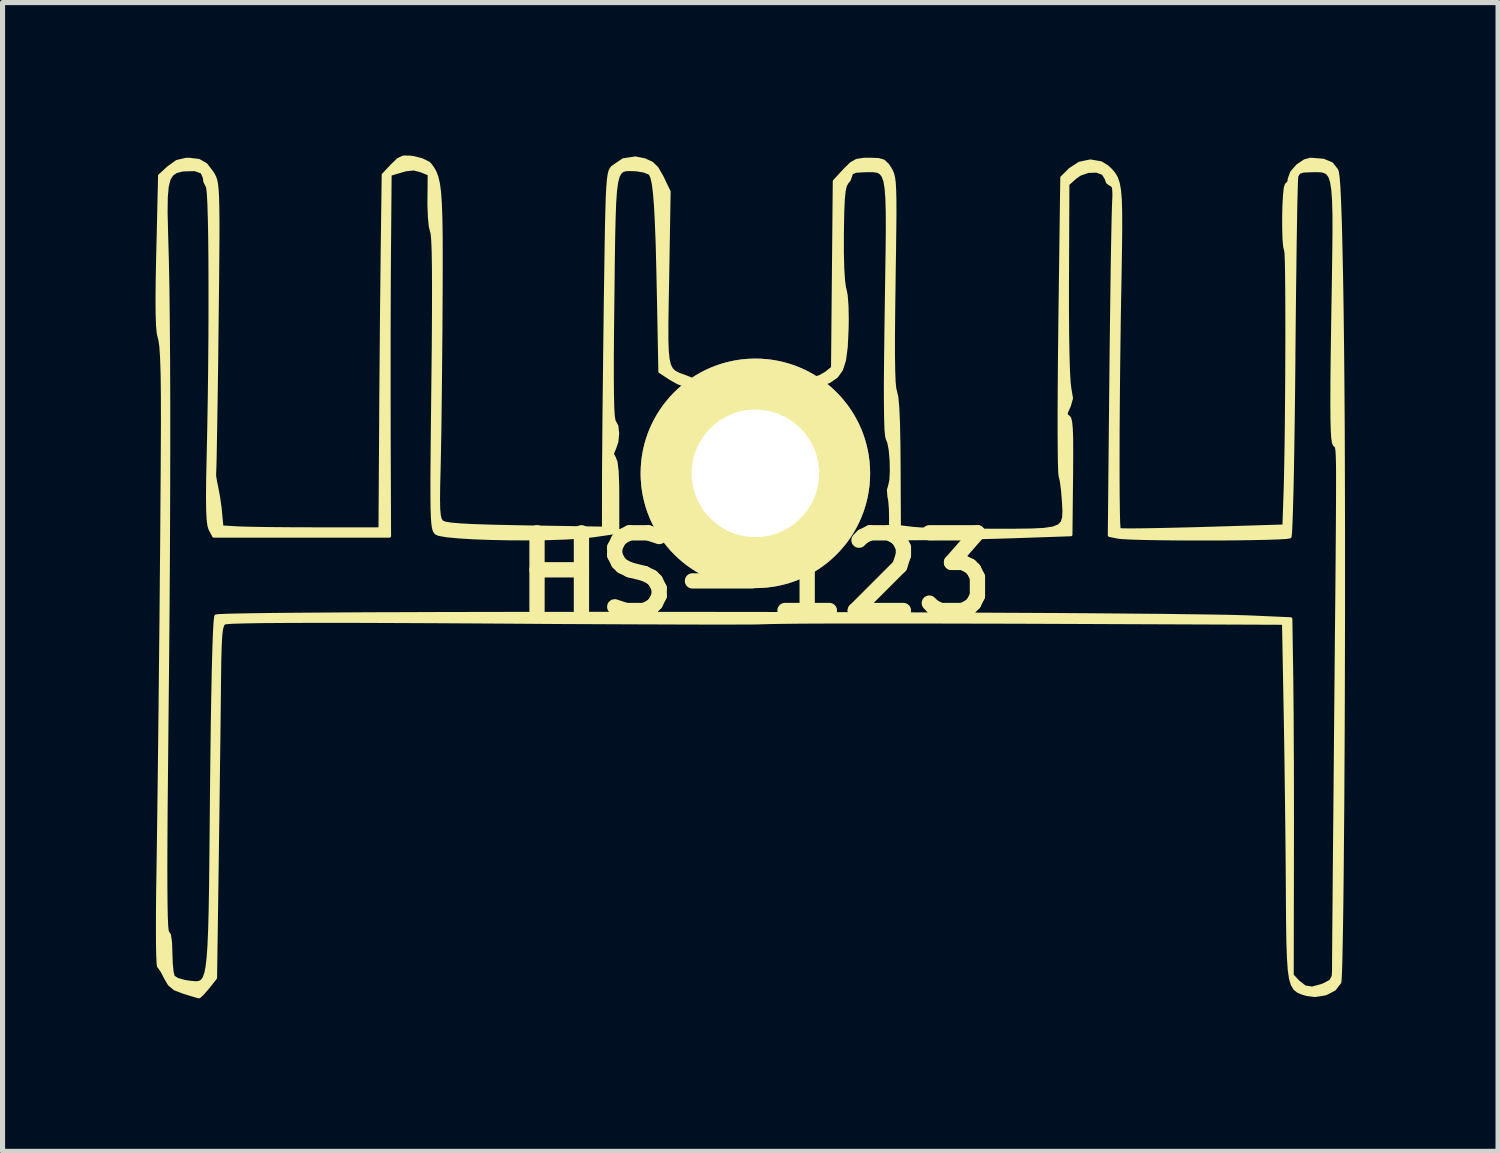
<source format=kicad_pcb>
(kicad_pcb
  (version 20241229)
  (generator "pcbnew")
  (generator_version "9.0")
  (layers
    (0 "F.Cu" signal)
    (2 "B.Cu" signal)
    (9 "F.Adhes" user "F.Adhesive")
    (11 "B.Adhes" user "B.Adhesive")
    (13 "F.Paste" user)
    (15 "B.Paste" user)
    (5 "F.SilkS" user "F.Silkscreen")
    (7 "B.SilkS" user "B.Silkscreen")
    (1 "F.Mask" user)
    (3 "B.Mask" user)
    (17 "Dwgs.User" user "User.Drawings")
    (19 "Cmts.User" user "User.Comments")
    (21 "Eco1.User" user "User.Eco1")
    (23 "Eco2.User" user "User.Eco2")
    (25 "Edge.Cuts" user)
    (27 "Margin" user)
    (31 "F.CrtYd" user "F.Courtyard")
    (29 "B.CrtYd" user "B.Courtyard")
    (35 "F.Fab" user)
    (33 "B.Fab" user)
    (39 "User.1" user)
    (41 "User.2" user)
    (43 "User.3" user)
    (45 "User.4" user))
  (footprint "HS-123"
    (layer "F.Cu")
    (at 11.762 8.232)
    (property "Reference" "HS-123" (at 0 0 0) (layer "F.SilkS") (effects (font (size 1.524 1.524) (thickness 0.3))))
    (attr through_hole)
    (fp_poly (pts (xy 11.53 -0.071) (xy 11.53 0.74) (xy 11.528 1.545) (xy 11.526 2.337) (xy 11.523 3.108) (xy 11.519 3.85) (xy 11.515 4.554) (xy 11.509 5.215) (xy 11.504 5.824) (xy 11.498 6.372) (xy 11.491 6.854) (xy 11.484 7.26) (xy 11.477 7.583) (xy 11.469 7.816) (xy 11.461 7.951) (xy 11.457 7.981) (xy 11.419 8.029) (xy 11.419 -1.726) (xy 11.419 -1.961) (xy 11.418 -2.145) (xy 11.415 -2.284) (xy 11.411 -2.385) (xy 11.406 -2.454) (xy 11.399 -2.499) (xy 11.391 -2.525) (xy 11.382 -2.539) (xy 11.371 -2.548) (xy 11.359 -2.558) (xy 11.354 -2.564) (xy 11.337 -2.607) (xy 11.324 -2.699) (xy 11.315 -2.847) (xy 11.309 -3.059) (xy 11.307 -3.344) (xy 11.308 -3.71) (xy 11.312 -4.164) (xy 11.32 -4.714) (xy 11.326 -5.153) (xy 11.337 -5.779) (xy 11.344 -6.303) (xy 11.349 -6.735) (xy 11.348 -7.083) (xy 11.34 -7.357) (xy 11.325 -7.565) (xy 11.301 -7.716) (xy 11.267 -7.82) (xy 11.221 -7.885) (xy 11.162 -7.921) (xy 11.089 -7.935) (xy 11 -7.938) (xy 10.913 -7.937) (xy 10.747 -7.931) (xy 10.659 -7.903) (xy 10.62 -7.841) (xy 10.613 -7.813) (xy 10.608 -7.737) (xy 10.602 -7.561) (xy 10.595 -7.294) (xy 10.589 -6.946) (xy 10.582 -6.527) (xy 10.576 -6.047) (xy 10.569 -5.515) (xy 10.563 -4.942) (xy 10.557 -4.337) (xy 10.557 -4.247) (xy 10.551 -3.641) (xy 10.544 -3.067) (xy 10.536 -2.535) (xy 10.528 -2.055) (xy 10.519 -1.636) (xy 10.509 -1.287) (xy 10.5 -1.019) (xy 10.491 -0.84) (xy 10.482 -0.761) (xy 10.481 -0.758) (xy 10.416 -0.746) (xy 10.258 -0.737) (xy 10.022 -0.729) (xy 9.727 -0.723) (xy 9.388 -0.718) (xy 9.021 -0.716) (xy 8.645 -0.716) (xy 8.274 -0.717) (xy 7.927 -0.721) (xy 7.619 -0.726) (xy 7.367 -0.734) (xy 7.189 -0.743) (xy 7.11 -0.752) (xy 6.943 -0.786) (xy 6.973 -3.824) (xy 6.979 -4.407) (xy 6.986 -4.967) (xy 6.993 -5.494) (xy 6.999 -5.975) (xy 7.006 -6.399) (xy 7.013 -6.754) (xy 7.019 -7.028) (xy 7.024 -7.21) (xy 7.026 -7.262) (xy 7.034 -7.476) (xy 7.026 -7.601) (xy 6.998 -7.655) (xy 6.974 -7.661) (xy 6.907 -7.708) (xy 6.88 -7.785) (xy 6.819 -7.882) (xy 6.691 -7.929) (xy 6.528 -7.924) (xy 6.363 -7.867) (xy 6.273 -7.804) (xy 6.125 -7.672) (xy 6.117 -5.751) (xy 6.117 -5.201) (xy 6.12 -4.72) (xy 6.127 -4.317) (xy 6.137 -3.999) (xy 6.15 -3.775) (xy 6.165 -3.653) (xy 6.167 -3.645) (xy 6.196 -3.474) (xy 6.153 -3.322) (xy 6.142 -3.3) (xy 6.092 -3.185) (xy 6.102 -3.129) (xy 6.134 -3.111) (xy 6.16 -3.082) (xy 6.179 -3.008) (xy 6.192 -2.877) (xy 6.199 -2.676) (xy 6.2 -2.393) (xy 6.198 -2.015) (xy 6.197 -1.941) (xy 6.185 -0.799) (xy 5.201 -0.765) (xy 4.805 -0.752) (xy 4.374 -0.741) (xy 3.95 -0.731) (xy 3.575 -0.725) (xy 3.432 -0.723) (xy 2.648 -0.717) (xy 2.654 -1.089) (xy 2.651 -1.293) (xy 2.638 -1.461) (xy 2.621 -1.553) (xy 2.612 -1.677) (xy 2.633 -1.746) (xy 2.659 -1.86) (xy 2.669 -2.041) (xy 2.665 -2.25) (xy 2.648 -2.451) (xy 2.619 -2.607) (xy 2.591 -2.672) (xy 2.576 -2.729) (xy 2.564 -2.859) (xy 2.557 -3.07) (xy 2.553 -3.366) (xy 2.552 -3.752) (xy 2.556 -4.235) (xy 2.563 -4.819) (xy 2.569 -5.231) (xy 2.578 -5.848) (xy 2.586 -6.363) (xy 2.59 -6.785) (xy 2.589 -7.125) (xy 2.581 -7.391) (xy 2.566 -7.592) (xy 2.541 -7.736) (xy 2.505 -7.834) (xy 2.457 -7.894) (xy 2.396 -7.926) (xy 2.319 -7.937) (xy 2.226 -7.938) (xy 2.141 -7.937) (xy 1.968 -7.927) (xy 1.886 -7.892) (xy 1.874 -7.858) (xy 1.838 -7.756) (xy 1.793 -7.699) (xy 1.762 -7.645) (xy 1.739 -7.544) (xy 1.722 -7.382) (xy 1.711 -7.144) (xy 1.705 -6.816) (xy 1.703 -6.689) (xy 1.703 -6.322) (xy 1.711 -6.014) (xy 1.726 -5.78) (xy 1.746 -5.635) (xy 1.754 -5.612) (xy 1.778 -5.49) (xy 1.794 -5.283) (xy 1.799 -5.015) (xy 1.796 -4.83) (xy 1.779 -4.479) (xy 1.745 -4.22) (xy 1.685 -4.033) (xy 1.59 -3.901) (xy 1.452 -3.805) (xy 1.274 -3.73) (xy 1.029 -3.626) (xy 0.872 -3.506) (xy 0.782 -3.347) (xy 0.742 -3.178) (xy 0.753 -2.893) (xy 0.871 -2.625) (xy 0.973 -2.497) (xy 1.02 -2.412) (xy 1.085 -2.255) (xy 1.151 -2.061) (xy 1.228 -1.736) (xy 1.23 -1.45) (xy 1.153 -1.161) (xy 1.058 -0.949) (xy 0.965 -0.783) (xy 0.926 -0.739) (xy 0.926 -1.561) (xy 0.887 -1.876) (xy 0.805 -2.091) (xy 0.713 -2.267) (xy 0.63 -2.425) (xy 0.543 -2.538) (xy 0.45 -2.59) (xy 0.443 -2.591) (xy 0.324 -2.615) (xy 0.185 -2.673) (xy 0.021 -2.719) (xy -0.172 -2.721) (xy -0.342 -2.681) (xy -0.411 -2.639) (xy -0.508 -2.596) (xy -0.559 -2.591) (xy -0.696 -2.541) (xy -0.841 -2.41) (xy -0.975 -2.223) (xy -1.083 -2.006) (xy -1.147 -1.785) (xy -1.157 -1.676) (xy -1.127 -1.527) (xy -1.049 -1.339) (xy -0.944 -1.156) (xy -0.888 -1.081) (xy -0.807 -1.017) (xy -0.664 -0.928) (xy -0.49 -0.831) (xy -0.317 -0.743) (xy -0.178 -0.681) (xy -0.11 -0.662) (xy -0.046 -0.679) (xy 0.084 -0.722) (xy 0.157 -0.746) (xy 0.446 -0.857) (xy 0.647 -0.962) (xy 0.778 -1.074) (xy 0.86 -1.207) (xy 0.879 -1.26) (xy 0.926 -1.561) (xy 0.926 -0.739) (xy 0.864 -0.667) (xy 0.722 -0.57) (xy 0.563 -0.489) (xy 0.366 -0.398) (xy 0.217 -0.352) (xy 0.067 -0.341) (xy -0.132 -0.356) (xy -0.152 -0.358) (xy -0.396 -0.39) (xy -0.577 -0.434) (xy -0.74 -0.502) (xy -0.866 -0.572) (xy -0.974 -0.655) (xy -1.089 -0.772) (xy -1.178 -0.888) (xy -1.213 -0.965) (xy -1.241 -1.033) (xy -1.309 -1.144) (xy -1.312 -1.149) (xy -1.381 -1.277) (xy -1.405 -1.378) (xy -1.422 -1.499) (xy -1.441 -1.55) (xy -1.449 -1.662) (xy -1.413 -1.835) (xy -1.345 -2.038) (xy -1.259 -2.237) (xy -1.168 -2.4) (xy -1.083 -2.495) (xy -1.068 -2.503) (xy -1.029 -2.55) (xy -1.005 -2.667) (xy -0.994 -2.868) (xy -0.993 -3.016) (xy -0.993 -3.5) (xy -1.185 -3.624) (xy -1.318 -3.702) (xy -1.416 -3.745) (xy -1.433 -3.748) (xy -1.512 -3.776) (xy -1.638 -3.846) (xy -1.68 -3.872) (xy -1.87 -3.996) (xy -1.897 -5.402) (xy -1.91 -6.008) (xy -1.923 -6.513) (xy -1.939 -6.924) (xy -1.956 -7.25) (xy -1.976 -7.499) (xy -1.999 -7.68) (xy -2.026 -7.801) (xy -2.057 -7.87) (xy -2.071 -7.885) (xy -2.176 -7.929) (xy -2.333 -7.955) (xy -2.369 -7.957) (xy -2.462 -7.96) (xy -2.539 -7.957) (xy -2.603 -7.94) (xy -2.653 -7.898) (xy -2.693 -7.823) (xy -2.723 -7.705) (xy -2.746 -7.535) (xy -2.762 -7.304) (xy -2.773 -7.002) (xy -2.782 -6.62) (xy -2.789 -6.149) (xy -2.795 -5.58) (xy -2.797 -5.415) (xy -2.804 -4.794) (xy -2.808 -4.277) (xy -2.808 -3.858) (xy -2.805 -3.531) (xy -2.799 -3.288) (xy -2.789 -3.124) (xy -2.775 -3.033) (xy -2.763 -3.009) (xy -2.718 -2.925) (xy -2.703 -2.781) (xy -2.719 -2.619) (xy -2.765 -2.486) (xy -2.768 -2.481) (xy -2.808 -2.38) (xy -2.768 -2.305) (xy -2.735 -2.22) (xy -2.713 -2.037) (xy -2.702 -1.753) (xy -2.701 -1.543) (xy -2.701 -0.848) (xy -3.183 -0.778) (xy -3.415 -0.753) (xy -3.71 -0.735) (xy -4.05 -0.723) (xy -4.418 -0.718) (xy -4.796 -0.719) (xy -5.165 -0.726) (xy -5.508 -0.738) (xy -5.808 -0.756) (xy -6.045 -0.778) (xy -6.203 -0.805) (xy -6.256 -0.827) (xy -6.278 -0.85) (xy -6.296 -0.885) (xy -6.311 -0.941) (xy -6.323 -1.028) (xy -6.331 -1.154) (xy -6.337 -1.329) (xy -6.339 -1.561) (xy -6.34 -1.86) (xy -6.337 -2.235) (xy -6.333 -2.694) (xy -6.327 -3.247) (xy -6.321 -3.768) (xy -6.313 -4.494) (xy -6.309 -5.112) (xy -6.308 -5.626) (xy -6.31 -6.039) (xy -6.315 -6.354) (xy -6.324 -6.574) (xy -6.336 -6.702) (xy -6.345 -6.737) (xy -6.371 -6.839) (xy -6.389 -7.02) (xy -6.398 -7.247) (xy -6.398 -7.357) (xy -6.393 -7.868) (xy -6.552 -7.934) (xy -6.697 -7.972) (xy -6.857 -7.955) (xy -6.939 -7.932) (xy -7.165 -7.864) (xy -7.178 -6.316) (xy -7.181 -5.864) (xy -7.183 -5.331) (xy -7.185 -4.746) (xy -7.185 -4.137) (xy -7.185 -3.533) (xy -7.184 -2.963) (xy -7.184 -2.77) (xy -7.176 -0.772) (xy -8.898 -0.772) (xy -10.619 -0.772) (xy -10.689 -0.902) (xy -10.712 -0.974) (xy -10.728 -1.097) (xy -10.737 -1.283) (xy -10.74 -1.544) (xy -10.737 -1.891) (xy -10.727 -2.336) (xy -10.715 -2.904) (xy -10.705 -3.485) (xy -10.698 -4.067) (xy -10.693 -4.639) (xy -10.691 -5.192) (xy -10.691 -5.715) (xy -10.693 -6.196) (xy -10.697 -6.625) (xy -10.704 -6.991) (xy -10.713 -7.284) (xy -10.724 -7.493) (xy -10.738 -7.607) (xy -10.744 -7.625) (xy -10.793 -7.724) (xy -10.803 -7.804) (xy -10.851 -7.909) (xy -10.99 -7.959) (xy -11.216 -7.953) (xy -11.24 -7.949) (xy -11.353 -7.922) (xy -11.437 -7.868) (xy -11.497 -7.775) (xy -11.535 -7.629) (xy -11.554 -7.416) (xy -11.558 -7.124) (xy -11.549 -6.738) (xy -11.546 -6.626) (xy -11.533 -6.171) (xy -11.522 -5.613) (xy -11.515 -4.958) (xy -11.509 -4.214) (xy -11.506 -3.387) (xy -11.506 -2.485) (xy -11.508 -1.513) (xy -11.512 -0.48) (xy -11.519 0.609) (xy -11.529 1.746) (xy -11.541 2.924) (xy -11.542 3.018) (xy -11.55 3.84) (xy -11.557 4.556) (xy -11.561 5.17) (xy -11.563 5.688) (xy -11.562 6.113) (xy -11.559 6.449) (xy -11.554 6.702) (xy -11.546 6.875) (xy -11.536 6.973) (xy -11.525 7) (xy -11.491 7.053) (xy -11.47 7.206) (xy -11.464 7.4) (xy -11.457 7.607) (xy -11.44 7.776) (xy -11.417 7.871) (xy -11.415 7.874) (xy -11.335 7.925) (xy -11.189 7.966) (xy -11.118 7.977) (xy -11.036 7.987) (xy -10.965 7.992) (xy -10.904 7.985) (xy -10.854 7.958) (xy -10.811 7.903) (xy -10.777 7.813) (xy -10.749 7.68) (xy -10.728 7.496) (xy -10.711 7.255) (xy -10.698 6.948) (xy -10.688 6.567) (xy -10.68 6.106) (xy -10.674 5.557) (xy -10.668 4.911) (xy -10.662 4.261) (xy -10.654 3.54) (xy -10.646 2.891) (xy -10.636 2.32) (xy -10.626 1.832) (xy -10.615 1.432) (xy -10.604 1.125) (xy -10.592 0.916) (xy -10.58 0.811) (xy -10.576 0.799) (xy -10.515 0.792) (xy -10.349 0.785) (xy -10.087 0.779) (xy -9.735 0.773) (xy -9.299 0.768) (xy -8.786 0.764) (xy -8.202 0.76) (xy -7.555 0.756) (xy -6.851 0.754) (xy -6.096 0.751) (xy -5.298 0.75) (xy -4.462 0.748) (xy -3.596 0.748) (xy -2.706 0.747) (xy -1.799 0.748) (xy -0.882 0.749) (xy 0.04 0.75) (xy 0.959 0.752) (xy 1.868 0.754) (xy 2.762 0.757) (xy 3.633 0.76) (xy 4.474 0.764) (xy 5.28 0.768) (xy 6.043 0.772) (xy 6.756 0.777) (xy 7.414 0.783) (xy 8.009 0.788) (xy 8.536 0.795) (xy 8.986 0.801) (xy 9.354 0.808) (xy 9.632 0.816) (xy 9.754 0.821) (xy 10.497 0.854) (xy 10.515 1.984) (xy 10.518 2.295) (xy 10.522 2.697) (xy 10.524 3.169) (xy 10.527 3.692) (xy 10.528 4.247) (xy 10.529 4.814) (xy 10.528 5.373) (xy 10.528 5.479) (xy 10.524 7.844) (xy 10.646 7.973) (xy 10.774 8.073) (xy 10.917 8.096) (xy 11.107 8.045) (xy 11.157 8.025) (xy 11.283 7.956) (xy 11.333 7.865) (xy 11.34 7.763) (xy 11.34 7.681) (xy 11.341 7.498) (xy 11.343 7.22) (xy 11.346 6.857) (xy 11.35 6.418) (xy 11.354 5.909) (xy 11.359 5.341) (xy 11.365 4.72) (xy 11.371 4.056) (xy 11.377 3.357) (xy 11.382 2.783) (xy 11.39 1.903) (xy 11.397 1.126) (xy 11.404 0.446) (xy 11.409 -0.143) (xy 11.413 -0.649) (xy 11.416 -1.076) (xy 11.418 -1.433) (xy 11.419 -1.726) (xy 11.419 8.029) (xy 11.354 8.114) (xy 11.182 8.203) (xy 10.974 8.236) (xy 10.815 8.216) (xy 10.719 8.188) (xy 10.641 8.154) (xy 10.579 8.104) (xy 10.532 8.026) (xy 10.497 7.909) (xy 10.472 7.742) (xy 10.456 7.513) (xy 10.445 7.213) (xy 10.439 6.829) (xy 10.435 6.35) (xy 10.434 6.118) (xy 10.43 5.571) (xy 10.424 4.96) (xy 10.416 4.319) (xy 10.408 3.684) (xy 10.399 3.092) (xy 10.391 2.632) (xy 10.359 0.937) (xy 7.315 0.925) (xy 6.141 0.92) (xy 5.075 0.916) (xy 4.116 0.914) (xy 3.263 0.912) (xy 2.514 0.912) (xy 1.867 0.912) (xy 1.321 0.913) (xy 0.874 0.915) (xy 0.525 0.919) (xy 0.272 0.923) (xy 0.113 0.928) (xy 0.11 0.928) (xy 0.003 0.931) (xy -0.206 0.932) (xy -0.509 0.933) (xy -0.896 0.933) (xy -1.359 0.932) (xy -1.891 0.93) (xy -2.482 0.928) (xy -3.124 0.925) (xy -3.809 0.922) (xy -4.527 0.917) (xy -5.272 0.912) (xy -5.291 0.912) (xy -6.287 0.906) (xy -7.177 0.902) (xy -7.96 0.899) (xy -8.636 0.899) (xy -9.204 0.901) (xy -9.664 0.904) (xy -10.016 0.91) (xy -10.258 0.917) (xy -10.391 0.927) (xy -10.417 0.933) (xy -10.447 0.97) (xy -10.47 1.047) (xy -10.486 1.177) (xy -10.497 1.375) (xy -10.505 1.655) (xy -10.51 2.024) (xy -10.513 2.309) (xy -10.517 2.686) (xy -10.522 3.137) (xy -10.529 3.642) (xy -10.536 4.183) (xy -10.543 4.742) (xy -10.551 5.301) (xy -10.553 5.477) (xy -10.588 7.894) (xy -10.737 8.081) (xy -10.833 8.193) (xy -10.901 8.257) (xy -10.913 8.262) (xy -10.978 8.244) (xy -11.111 8.204) (xy -11.206 8.175) (xy -11.383 8.107) (xy -11.491 8.017) (xy -11.564 7.892) (xy -11.633 7.759) (xy -11.689 7.679) (xy -11.699 7.67) (xy -11.709 7.613) (xy -11.716 7.459) (xy -11.721 7.221) (xy -11.722 6.915) (xy -11.721 6.553) (xy -11.717 6.148) (xy -11.714 5.989) (xy -11.706 5.437) (xy -11.697 4.801) (xy -11.688 4.098) (xy -11.679 3.343) (xy -11.67 2.553) (xy -11.662 1.745) (xy -11.653 0.935) (xy -11.646 0.139) (xy -11.639 -0.627) (xy -11.634 -1.346) (xy -11.629 -2.002) (xy -11.626 -2.578) (xy -11.624 -3.004) (xy -11.625 -3.531) (xy -11.63 -3.952) (xy -11.641 -4.273) (xy -11.656 -4.499) (xy -11.677 -4.633) (xy -11.685 -4.657) (xy -11.706 -4.747) (xy -11.72 -4.899) (xy -11.728 -5.124) (xy -11.73 -5.43) (xy -11.726 -5.828) (xy -11.716 -6.327) (xy -11.715 -6.33) (xy -11.68 -7.837) (xy -11.505 -7.997) (xy -11.341 -8.114) (xy -11.163 -8.155) (xy -11.108 -8.156) (xy -10.914 -8.134) (xy -10.775 -8.055) (xy -10.655 -7.899) (xy -10.623 -7.844) (xy -10.601 -7.799) (xy -10.583 -7.743) (xy -10.568 -7.666) (xy -10.557 -7.559) (xy -10.549 -7.414) (xy -10.544 -7.219) (xy -10.541 -6.966) (xy -10.541 -6.646) (xy -10.544 -6.249) (xy -10.548 -5.765) (xy -10.555 -5.185) (xy -10.559 -4.84) (xy -10.565 -4.293) (xy -10.572 -3.78) (xy -10.579 -3.311) (xy -10.586 -2.898) (xy -10.592 -2.55) (xy -10.597 -2.278) (xy -10.602 -2.092) (xy -10.606 -2.003) (xy -10.607 -1.997) (xy -10.605 -1.939) (xy -10.583 -1.811) (xy -10.569 -1.748) (xy -10.531 -1.546) (xy -10.498 -1.313) (xy -10.49 -1.231) (xy -10.463 -0.947) (xy -10.151 -0.928) (xy -10.003 -0.923) (xy -9.766 -0.918) (xy -9.462 -0.914) (xy -9.111 -0.911) (xy -8.734 -0.91) (xy -8.598 -0.909) (xy -7.358 -0.909) (xy -7.345 -2.949) (xy -7.342 -3.494) (xy -7.337 -4.075) (xy -7.332 -4.666) (xy -7.327 -5.24) (xy -7.321 -5.77) (xy -7.316 -6.229) (xy -7.314 -6.421) (xy -7.295 -7.854) (xy -7.12 -8.04) (xy -7.001 -8.153) (xy -6.901 -8.2) (xy -6.769 -8.198) (xy -6.703 -8.189) (xy -6.536 -8.146) (xy -6.409 -8.082) (xy -6.384 -8.059) (xy -6.329 -7.985) (xy -6.283 -7.904) (xy -6.246 -7.804) (xy -6.217 -7.676) (xy -6.195 -7.508) (xy -6.18 -7.289) (xy -6.17 -7.01) (xy -6.164 -6.659) (xy -6.163 -6.226) (xy -6.164 -5.7) (xy -6.166 -5.319) (xy -6.169 -4.786) (xy -6.174 -4.245) (xy -6.179 -3.715) (xy -6.185 -3.217) (xy -6.191 -2.77) (xy -6.198 -2.394) (xy -6.204 -2.116) (xy -6.213 -1.755) (xy -6.216 -1.488) (xy -6.212 -1.301) (xy -6.201 -1.176) (xy -6.182 -1.099) (xy -6.154 -1.055) (xy -6.144 -1.046) (xy -6.087 -1.022) (xy -5.973 -1.003) (xy -5.791 -0.987) (xy -5.531 -0.973) (xy -5.185 -0.962) (xy -4.742 -0.952) (xy -4.517 -0.948) (xy -2.976 -0.923) (xy -2.975 -1.853) (xy -2.974 -2.108) (xy -2.971 -2.456) (xy -2.968 -2.881) (xy -2.963 -3.365) (xy -2.957 -3.893) (xy -2.951 -4.447) (xy -2.944 -5.011) (xy -2.94 -5.34) (xy -2.931 -5.939) (xy -2.924 -6.437) (xy -2.917 -6.844) (xy -2.909 -7.17) (xy -2.901 -7.424) (xy -2.891 -7.617) (xy -2.879 -7.759) (xy -2.865 -7.858) (xy -2.849 -7.924) (xy -2.828 -7.968) (xy -2.804 -7.999) (xy -2.799 -8.004) (xy -2.59 -8.146) (xy -2.353 -8.182) (xy -2.174 -8.146) (xy -2.032 -8.082) (xy -1.93 -7.983) (xy -1.834 -7.815) (xy -1.826 -7.799) (xy -1.694 -7.524) (xy -1.723 -5.827) (xy -1.732 -5.336) (xy -1.738 -4.944) (xy -1.738 -4.637) (xy -1.731 -4.405) (xy -1.714 -4.236) (xy -1.685 -4.116) (xy -1.641 -4.035) (xy -1.58 -3.981) (xy -1.499 -3.94) (xy -1.396 -3.903) (xy -1.338 -3.881) (xy -1.166 -3.81) (xy -1.028 -3.739) (xy -0.987 -3.71) (xy -0.907 -3.596) (xy -0.835 -3.416) (xy -0.785 -3.214) (xy -0.772 -3.072) (xy -0.74 -2.947) (xy -0.641 -2.9) (xy -0.469 -2.929) (xy -0.338 -2.978) (xy -0.078 -3.09) (xy 0.186 -2.974) (xy 0.388 -2.898) (xy 0.514 -2.891) (xy 0.581 -2.963) (xy 0.605 -3.12) (xy 0.606 -3.184) (xy 0.62 -3.369) (xy 0.675 -3.507) (xy 0.793 -3.655) (xy 0.962 -3.803) (xy 1.11 -3.858) (xy 1.117 -3.858) (xy 1.262 -3.893) (xy 1.386 -3.964) (xy 1.516 -4.069) (xy 1.533 -5.898) (xy 1.55 -7.728) (xy 1.748 -7.943) (xy 1.877 -8.071) (xy 1.988 -8.134) (xy 2.131 -8.156) (xy 2.237 -8.157) (xy 2.412 -8.151) (xy 2.516 -8.121) (xy 2.591 -8.048) (xy 2.638 -7.978) (xy 2.666 -7.928) (xy 2.689 -7.872) (xy 2.707 -7.8) (xy 2.72 -7.7) (xy 2.728 -7.561) (xy 2.733 -7.371) (xy 2.734 -7.118) (xy 2.731 -6.792) (xy 2.726 -6.38) (xy 2.718 -5.873) (xy 2.717 -5.757) (xy 2.709 -5.169) (xy 2.705 -4.685) (xy 2.705 -4.298) (xy 2.71 -4.002) (xy 2.718 -3.79) (xy 2.732 -3.657) (xy 2.747 -3.599) (xy 2.771 -3.496) (xy 2.79 -3.286) (xy 2.804 -2.972) (xy 2.812 -2.558) (xy 2.815 -2.217) (xy 2.821 -0.951) (xy 3.105 -0.917) (xy 3.244 -0.907) (xy 3.473 -0.898) (xy 3.77 -0.891) (xy 4.116 -0.885) (xy 4.49 -0.883) (xy 4.635 -0.882) (xy 5.07 -0.882) (xy 5.408 -0.886) (xy 5.659 -0.898) (xy 5.837 -0.925) (xy 5.953 -0.97) (xy 6.019 -1.039) (xy 6.048 -1.136) (xy 6.053 -1.268) (xy 6.044 -1.439) (xy 6.042 -1.465) (xy 6.025 -1.674) (xy 6.002 -1.849) (xy 5.978 -1.95) (xy 5.971 -2.024) (xy 5.965 -2.197) (xy 5.961 -2.459) (xy 5.959 -2.799) (xy 5.959 -3.207) (xy 5.961 -3.671) (xy 5.965 -4.181) (xy 5.971 -4.726) (xy 5.973 -4.926) (xy 6.011 -7.799) (xy 6.17 -7.958) (xy 6.354 -8.078) (xy 6.568 -8.123) (xy 6.774 -8.088) (xy 6.897 -8.014) (xy 6.971 -7.944) (xy 7.03 -7.875) (xy 7.077 -7.795) (xy 7.112 -7.692) (xy 7.137 -7.554) (xy 7.153 -7.37) (xy 7.16 -7.127) (xy 7.161 -6.815) (xy 7.157 -6.42) (xy 7.149 -5.932) (xy 7.145 -5.707) (xy 7.134 -5.116) (xy 7.126 -4.525) (xy 7.119 -3.944) (xy 7.114 -3.383) (xy 7.11 -2.855) (xy 7.109 -2.367) (xy 7.109 -1.932) (xy 7.111 -1.559) (xy 7.115 -1.259) (xy 7.12 -1.043) (xy 7.128 -0.92) (xy 7.133 -0.896) (xy 7.193 -0.89) (xy 7.349 -0.888) (xy 7.588 -0.89) (xy 7.894 -0.895) (xy 8.255 -0.903) (xy 8.656 -0.913) (xy 8.764 -0.916) (xy 10.367 -0.965) (xy 10.387 -1.543) (xy 10.396 -1.834) (xy 10.403 -2.186) (xy 10.41 -2.586) (xy 10.415 -3.021) (xy 10.419 -3.478) (xy 10.422 -3.943) (xy 10.424 -4.404) (xy 10.425 -4.846) (xy 10.424 -5.256) (xy 10.422 -5.622) (xy 10.419 -5.93) (xy 10.414 -6.167) (xy 10.408 -6.319) (xy 10.401 -6.373) (xy 10.382 -6.444) (xy 10.369 -6.593) (xy 10.363 -6.794) (xy 10.362 -7.021) (xy 10.367 -7.247) (xy 10.378 -7.446) (xy 10.393 -7.593) (xy 10.413 -7.66) (xy 10.417 -7.661) (xy 10.462 -7.708) (xy 10.472 -7.774) (xy 10.518 -7.901) (xy 10.63 -8.03) (xy 10.772 -8.126) (xy 10.887 -8.157) (xy 11.137 -8.137) (xy 11.3 -8.07) (xy 11.395 -7.948) (xy 11.408 -7.913) (xy 11.424 -7.809) (xy 11.44 -7.601) (xy 11.454 -7.295) (xy 11.468 -6.897) (xy 11.48 -6.413) (xy 11.492 -5.848) (xy 11.502 -5.21) (xy 11.511 -4.503) (xy 11.518 -3.734) (xy 11.524 -2.909) (xy 11.527 -2.034) (xy 11.528 -1.681) (xy 11.53 -0.881) (xy 11.53 -0.071)) (stroke (width 0.065) (type solid)) (fill yes) (layer "F.SilkS"))
    (pad "1" thru_hole circle (at 0 -2) (size 4.5 4.5) (drill 2.5) (layers "*.Cu" "*.Mask" "F.SilkS")))
  (gr_rect
    (start -3 -3)
    (end 26.325 19.527)
    (stroke (width 0.1) (type default))
    (fill no)
    (layer "Edge.Cuts")))
</source>
